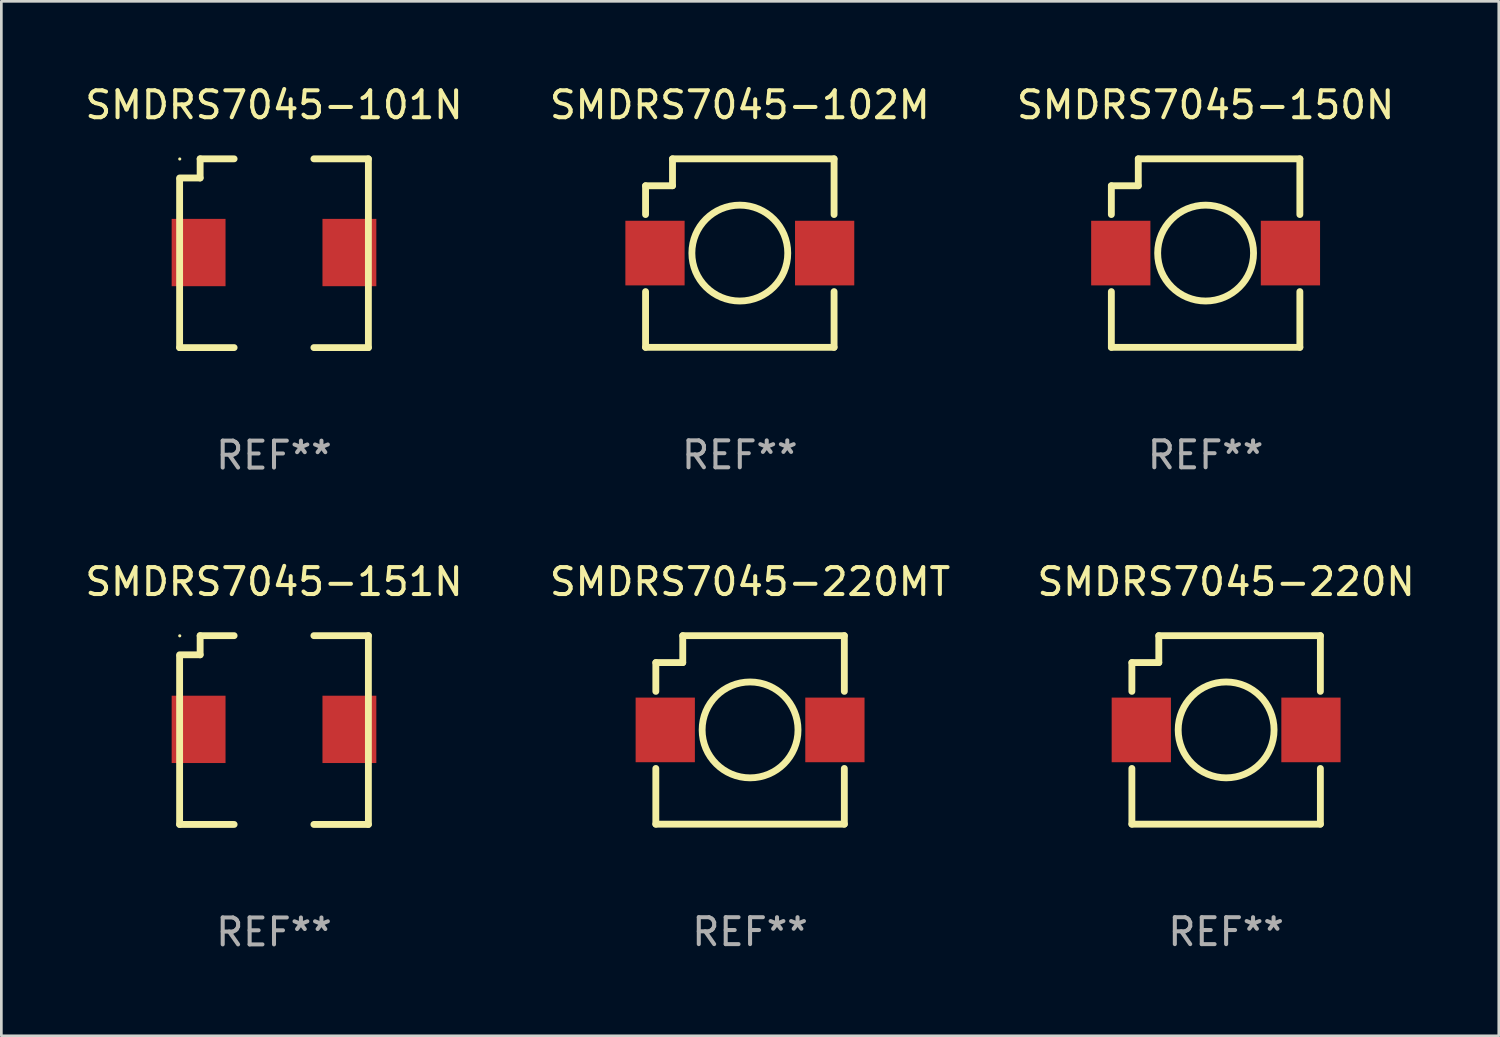
<source format=kicad_pcb>
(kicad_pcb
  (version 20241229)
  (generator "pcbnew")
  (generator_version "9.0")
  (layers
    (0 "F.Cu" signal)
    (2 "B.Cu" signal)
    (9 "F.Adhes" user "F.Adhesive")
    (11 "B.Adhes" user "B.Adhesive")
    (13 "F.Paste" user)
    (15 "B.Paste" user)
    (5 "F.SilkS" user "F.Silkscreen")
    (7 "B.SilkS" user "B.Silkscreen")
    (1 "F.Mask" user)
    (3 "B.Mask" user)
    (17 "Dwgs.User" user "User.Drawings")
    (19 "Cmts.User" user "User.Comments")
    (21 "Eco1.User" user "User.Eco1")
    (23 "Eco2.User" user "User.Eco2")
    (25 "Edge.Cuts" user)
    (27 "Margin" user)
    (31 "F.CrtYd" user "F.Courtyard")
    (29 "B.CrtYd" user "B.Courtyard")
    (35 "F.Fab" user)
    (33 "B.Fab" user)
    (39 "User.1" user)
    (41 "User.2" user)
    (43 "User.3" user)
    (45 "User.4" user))
  (footprint "SMDRS7045-102M"
    (layer "F.Cu")
    (at 24.423 6.348)
    (property "Reference" "SMDRS7045-102M" (at 0 -5.5 0) (layer "F.SilkS") (effects (font (size 1 1) (thickness 0.15))))
    (attr through_hole)
    (fp_line (start -3.5 -2.5) (end -3.5 -1.431) (stroke (width 0.254) (type solid)) (layer "F.SilkS"))
    (fp_line (start -3.5 1.431) (end -3.5 3.5) (stroke (width 0.254) (type solid)) (layer "F.SilkS"))
    (fp_line (start -3.5 3.5) (end 3.5 3.5) (stroke (width 0.254) (type solid)) (layer "F.SilkS"))
    (fp_line (start -2.5 -3.5) (end -2.5 -2.5) (stroke (width 0.254) (type solid)) (layer "F.SilkS"))
    (fp_line (start -2.5 -2.5) (end -3.5 -2.5) (stroke (width 0.254) (type solid)) (layer "F.SilkS"))
    (fp_line (start 3.5 -3.5) (end -2.5 -3.5) (stroke (width 0.254) (type solid)) (layer "F.SilkS"))
    (fp_line (start 3.5 -1.431) (end 3.5 -3.5) (stroke (width 0.254) (type solid)) (layer "F.SilkS"))
    (fp_line (start 3.5 3.5) (end 3.5 1.431) (stroke (width 0.254) (type solid)) (layer "F.SilkS"))
    (fp_circle (center -3.5 3.5) (end -3.47 3.5) (stroke (width 0.06) (type solid)) (fill no) (layer "F.SilkS"))
    (fp_circle (center -0.000127 0) (end 1.78 0) (stroke (width 0.254) (type solid)) (fill no) (layer "F.SilkS"))
    (fp_text user "REF**" (at 0 7.5 0) (layer "F.Fab") (effects (font (size 1 1) (thickness 0.15))))
    (pad "1" smd rect (at -3.15 0) (size 2.2 2.4) (layers "F.Cu" "F.Mask" "F.Paste"))
    (pad "2" smd rect (at 3.15 0) (size 2.2 2.4) (layers "F.Cu" "F.Mask" "F.Paste")))
  (footprint "SMDRS7045-150N"
    (layer "F.Cu")
    (at 41.72 6.348)
    (property "Reference" "SMDRS7045-150N" (at 0 -5.5 0) (layer "F.SilkS") (effects (font (size 1 1) (thickness 0.15))))
    (attr through_hole)
    (fp_line (start -3.5 -2.5) (end -3.5 -1.431) (stroke (width 0.254) (type solid)) (layer "F.SilkS"))
    (fp_line (start -3.5 1.431) (end -3.5 3.5) (stroke (width 0.254) (type solid)) (layer "F.SilkS"))
    (fp_line (start -3.5 3.5) (end 3.5 3.5) (stroke (width 0.254) (type solid)) (layer "F.SilkS"))
    (fp_line (start -2.5 -3.5) (end -2.5 -2.5) (stroke (width 0.254) (type solid)) (layer "F.SilkS"))
    (fp_line (start -2.5 -2.5) (end -3.5 -2.5) (stroke (width 0.254) (type solid)) (layer "F.SilkS"))
    (fp_line (start 3.5 -3.5) (end -2.5 -3.5) (stroke (width 0.254) (type solid)) (layer "F.SilkS"))
    (fp_line (start 3.5 -1.431) (end 3.5 -3.5) (stroke (width 0.254) (type solid)) (layer "F.SilkS"))
    (fp_line (start 3.5 3.5) (end 3.5 1.431) (stroke (width 0.254) (type solid)) (layer "F.SilkS"))
    (fp_circle (center -3.5 3.5) (end -3.47 3.5) (stroke (width 0.06) (type solid)) (fill no) (layer "F.SilkS"))
    (fp_circle (center -0.000127 0) (end 1.78 0) (stroke (width 0.254) (type solid)) (fill no) (layer "F.SilkS"))
    (fp_text user "REF**" (at 0 7.5 0) (layer "F.Fab") (effects (font (size 1 1) (thickness 0.15))))
    (pad "1" smd rect (at -3.15 0) (size 2.2 2.4) (layers "F.Cu" "F.Mask" "F.Paste"))
    (pad "2" smd rect (at 3.15 0) (size 2.2 2.4) (layers "F.Cu" "F.Mask" "F.Paste")))
  (footprint "SMDRS7045-101N"
    (layer "F.Cu")
    (at 7.125 6.353)
    (property "Reference" "SMDRS7045-101N" (at 0 -5.505 0) (layer "F.SilkS") (effects (font (size 1 1) (thickness 0.15))))
    (attr through_hole)
    (fp_line (start -3.505 -2.743) (end -3.505 3.505) (stroke (width 0.254) (type solid)) (layer "F.SilkS"))
    (fp_line (start -2.743 -3.505) (end -2.743 -2.794) (stroke (width 0.254) (type solid)) (layer "F.SilkS"))
    (fp_line (start -2.743 -2.794) (end -3.505 -2.794) (stroke (width 0.254) (type solid)) (layer "F.SilkS"))
    (fp_line (start -1.481 -3.505) (end -2.743 -3.505) (stroke (width 0.254) (type solid)) (layer "F.SilkS"))
    (fp_line (start -1.481 3.505) (end -3.505 3.505) (stroke (width 0.254) (type solid)) (layer "F.SilkS"))
    (fp_line (start 3.505 -3.505) (end 1.481 -3.505) (stroke (width 0.254) (type solid)) (layer "F.SilkS"))
    (fp_line (start 3.505 -3.505) (end 3.505 3.505) (stroke (width 0.254) (type solid)) (layer "F.SilkS"))
    (fp_line (start 3.505 3.505) (end 1.481 3.505) (stroke (width 0.254) (type solid)) (layer "F.SilkS"))
    (fp_circle (center -3.5 -3.499) (end -3.47 -3.499) (stroke (width 0.06) (type solid)) (fill no) (layer "F.SilkS"))
    (fp_text user "REF**" (at 0 7.505 0) (layer "F.Fab") (effects (font (size 1 1) (thickness 0.15))))
    (pad "1" smd rect (at -2.8 -0.025 90) (size 2.5 2) (layers "F.Cu" "F.Mask" "F.Paste"))
    (pad "2" smd rect (at 2.8 -0.025 90) (size 2.5 2) (layers "F.Cu" "F.Mask" "F.Paste")))
  (footprint "SMDRS7045-151N"
    (layer "F.Cu")
    (at 7.125 24.06)
    (property "Reference" "SMDRS7045-151N" (at 0 -5.505 0) (layer "F.SilkS") (effects (font (size 1 1) (thickness 0.15))))
    (attr through_hole)
    (fp_line (start -3.505 -2.743) (end -3.505 3.505) (stroke (width 0.254) (type solid)) (layer "F.SilkS"))
    (fp_line (start -2.743 -3.505) (end -2.743 -2.794) (stroke (width 0.254) (type solid)) (layer "F.SilkS"))
    (fp_line (start -2.743 -2.794) (end -3.505 -2.794) (stroke (width 0.254) (type solid)) (layer "F.SilkS"))
    (fp_line (start -1.481 -3.505) (end -2.743 -3.505) (stroke (width 0.254) (type solid)) (layer "F.SilkS"))
    (fp_line (start -1.481 3.505) (end -3.505 3.505) (stroke (width 0.254) (type solid)) (layer "F.SilkS"))
    (fp_line (start 3.505 -3.505) (end 1.481 -3.505) (stroke (width 0.254) (type solid)) (layer "F.SilkS"))
    (fp_line (start 3.505 -3.505) (end 3.505 3.505) (stroke (width 0.254) (type solid)) (layer "F.SilkS"))
    (fp_line (start 3.505 3.505) (end 1.481 3.505) (stroke (width 0.254) (type solid)) (layer "F.SilkS"))
    (fp_circle (center -3.5 -3.499) (end -3.47 -3.499) (stroke (width 0.06) (type solid)) (fill no) (layer "F.SilkS"))
    (fp_text user "REF**" (at 0 7.505 0) (layer "F.Fab") (effects (font (size 1 1) (thickness 0.15))))
    (pad "1" smd rect (at -2.8 -0.025 90) (size 2.5 2) (layers "F.Cu" "F.Mask" "F.Paste"))
    (pad "2" smd rect (at 2.8 -0.025 90) (size 2.5 2) (layers "F.Cu" "F.Mask" "F.Paste")))
  (footprint "SMDRS7045-220MT"
    (layer "F.Cu")
    (at 24.804 24.055)
    (property "Reference" "SMDRS7045-220MT" (at 0 -5.5 0) (layer "F.SilkS") (effects (font (size 1 1) (thickness 0.15))))
    (attr through_hole)
    (fp_line (start -3.5 -2.5) (end -3.5 -1.431) (stroke (width 0.254) (type solid)) (layer "F.SilkS"))
    (fp_line (start -3.5 1.431) (end -3.5 3.5) (stroke (width 0.254) (type solid)) (layer "F.SilkS"))
    (fp_line (start -3.5 3.5) (end 3.5 3.5) (stroke (width 0.254) (type solid)) (layer "F.SilkS"))
    (fp_line (start -2.5 -3.5) (end -2.5 -2.5) (stroke (width 0.254) (type solid)) (layer "F.SilkS"))
    (fp_line (start -2.5 -2.5) (end -3.5 -2.5) (stroke (width 0.254) (type solid)) (layer "F.SilkS"))
    (fp_line (start 3.5 -3.5) (end -2.5 -3.5) (stroke (width 0.254) (type solid)) (layer "F.SilkS"))
    (fp_line (start 3.5 -1.431) (end 3.5 -3.5) (stroke (width 0.254) (type solid)) (layer "F.SilkS"))
    (fp_line (start 3.5 3.5) (end 3.5 1.431) (stroke (width 0.254) (type solid)) (layer "F.SilkS"))
    (fp_circle (center -3.5 3.5) (end -3.47 3.5) (stroke (width 0.06) (type solid)) (fill no) (layer "F.SilkS"))
    (fp_circle (center -0.000127 0) (end 1.78 0) (stroke (width 0.254) (type solid)) (fill no) (layer "F.SilkS"))
    (fp_text user "REF**" (at 0 7.5 0) (layer "F.Fab") (effects (font (size 1 1) (thickness 0.15))))
    (pad "1" smd rect (at -3.15 0) (size 2.2 2.4) (layers "F.Cu" "F.Mask" "F.Paste"))
    (pad "2" smd rect (at 3.15 0) (size 2.2 2.4) (layers "F.Cu" "F.Mask" "F.Paste")))
  (footprint "SMDRS7045-220N"
    (layer "F.Cu")
    (at 42.482 24.055)
    (property "Reference" "SMDRS7045-220N" (at 0 -5.5 0) (layer "F.SilkS") (effects (font (size 1 1) (thickness 0.15))))
    (attr through_hole)
    (fp_line (start -3.5 -2.5) (end -3.5 -1.431) (stroke (width 0.254) (type solid)) (layer "F.SilkS"))
    (fp_line (start -3.5 1.431) (end -3.5 3.5) (stroke (width 0.254) (type solid)) (layer "F.SilkS"))
    (fp_line (start -3.5 3.5) (end 3.5 3.5) (stroke (width 0.254) (type solid)) (layer "F.SilkS"))
    (fp_line (start -2.5 -3.5) (end -2.5 -2.5) (stroke (width 0.254) (type solid)) (layer "F.SilkS"))
    (fp_line (start -2.5 -2.5) (end -3.5 -2.5) (stroke (width 0.254) (type solid)) (layer "F.SilkS"))
    (fp_line (start 3.5 -3.5) (end -2.5 -3.5) (stroke (width 0.254) (type solid)) (layer "F.SilkS"))
    (fp_line (start 3.5 -1.431) (end 3.5 -3.5) (stroke (width 0.254) (type solid)) (layer "F.SilkS"))
    (fp_line (start 3.5 3.5) (end 3.5 1.431) (stroke (width 0.254) (type solid)) (layer "F.SilkS"))
    (fp_circle (center -3.5 3.5) (end -3.47 3.5) (stroke (width 0.06) (type solid)) (fill no) (layer "F.SilkS"))
    (fp_circle (center -0.000127 0) (end 1.78 0) (stroke (width 0.254) (type solid)) (fill no) (layer "F.SilkS"))
    (fp_text user "REF**" (at 0 7.5 0) (layer "F.Fab") (effects (font (size 1 1) (thickness 0.15))))
    (pad "1" smd rect (at -3.15 0) (size 2.2 2.4) (layers "F.Cu" "F.Mask" "F.Paste"))
    (pad "2" smd rect (at 3.15 0) (size 2.2 2.4) (layers "F.Cu" "F.Mask" "F.Paste")))
  (gr_rect
    (start -3 -3)
    (end 52.607 35.414)
    (stroke (width 0.1) (type default))
    (fill no)
    (layer "Edge.Cuts")))
</source>
